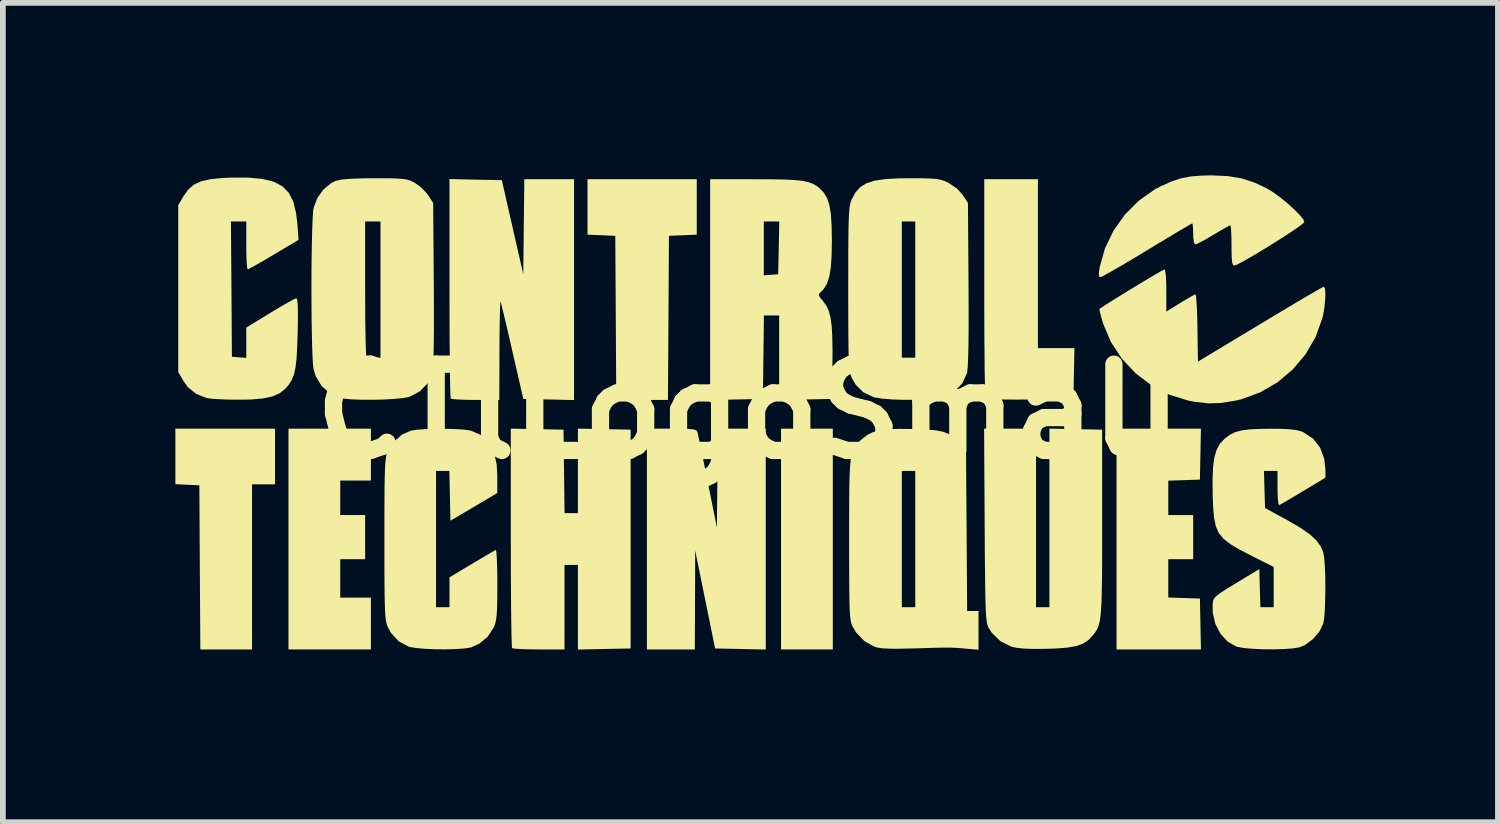
<source format=kicad_pcb>
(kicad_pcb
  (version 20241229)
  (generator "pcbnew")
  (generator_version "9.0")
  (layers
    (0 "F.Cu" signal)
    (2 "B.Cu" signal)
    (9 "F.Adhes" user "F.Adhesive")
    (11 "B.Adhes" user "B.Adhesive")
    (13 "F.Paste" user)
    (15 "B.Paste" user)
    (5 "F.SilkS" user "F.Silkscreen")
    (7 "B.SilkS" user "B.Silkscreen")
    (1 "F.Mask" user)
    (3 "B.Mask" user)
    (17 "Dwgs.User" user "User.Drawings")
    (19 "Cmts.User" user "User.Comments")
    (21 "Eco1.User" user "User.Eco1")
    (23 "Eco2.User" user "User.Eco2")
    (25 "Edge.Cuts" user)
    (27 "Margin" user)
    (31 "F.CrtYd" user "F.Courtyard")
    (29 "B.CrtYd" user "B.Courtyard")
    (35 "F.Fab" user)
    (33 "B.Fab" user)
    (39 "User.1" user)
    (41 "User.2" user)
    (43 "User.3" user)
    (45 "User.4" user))
  (footprint "CTlLogoSmall"
    (layer "F.Cu")
    (at 10 4.105)
    (property "Reference" "CTlLogoSmall" (at 0 0 0) (layer "F.SilkS") (effects (font (size 1.5 1.5) (thickness 0.3))))
    (attr board_only exclude_from_pos_files exclude_from_bom)
    (fp_poly (pts (xy 1.433 2.22) (xy 1.433 4.139) (xy 0.983 4.139) (xy 0.533 4.139) (xy 0.533 2.22) (xy 0.533 0.3) (xy 0.983 0.3) (xy 1.433 0.3)) (stroke (width 0) (type solid)) (fill yes) (layer "F.SilkS"))
    (fp_poly (pts (xy -8.267 0.784) (xy -8.267 1.268) (xy -8.467 1.268) (xy -8.667 1.268) (xy -8.667 2.704) (xy -8.667 4.139) (xy -9.116 4.139) (xy -9.566 4.139) (xy -9.575 2.712) (xy -9.583 1.285) (xy -9.792 1.275) (xy -10 1.265) (xy -10 0.783) (xy -10 0.3) (xy -9.133 0.3) (xy -8.267 0.3)) (stroke (width 0) (type solid)) (fill yes) (layer "F.SilkS"))
    (fp_poly (pts (xy -0.933 -3.556) (xy -0.933 -3.074) (xy -1.175 -3.064) (xy -1.417 -3.054) (xy -1.425 -1.627) (xy -1.434 -0.2) (xy -1.883 -0.2) (xy -2.333 -0.2) (xy -2.341 -1.627) (xy -2.35 -3.054) (xy -2.592 -3.064) (xy -2.833 -3.074) (xy -2.833 -3.556) (xy -2.833 -4.039) (xy -1.883 -4.039) (xy -0.933 -4.039)) (stroke (width 0) (type solid)) (fill yes) (layer "F.SilkS"))
    (fp_poly (pts (xy -6.6 0.751) (xy -6.6 1.202) (xy -6.867 1.202) (xy -7.133 1.202) (xy -7.133 1.502) (xy -7.133 1.802) (xy -6.917 1.802) (xy -6.7 1.802) (xy -6.7 2.186) (xy -6.7 2.57) (xy -6.917 2.57) (xy -7.133 2.57) (xy -7.133 2.904) (xy -7.133 3.238) (xy -6.867 3.238) (xy -6.6 3.238) (xy -6.6 3.688) (xy -6.6 4.139) (xy -7.317 4.139) (xy -8.033 4.139) (xy -8.033 2.22) (xy -8.033 0.3) (xy -7.317 0.3) (xy -6.6 0.3)) (stroke (width 0) (type solid)) (fill yes) (layer "F.SilkS"))
    (fp_poly (pts (xy 7.826 0.743) (xy 7.817 1.185) (xy 7.542 1.195) (xy 7.267 1.204) (xy 7.267 1.503) (xy 7.267 1.802) (xy 7.483 1.802) (xy 7.7 1.802) (xy 7.7 2.186) (xy 7.7 2.57) (xy 7.483 2.57) (xy 7.267 2.57) (xy 7.267 2.902) (xy 7.267 3.235) (xy 7.542 3.245) (xy 7.817 3.254) (xy 7.826 3.697) (xy 7.835 4.139) (xy 7.101 4.139) (xy 6.367 4.139) (xy 6.367 2.22) (xy 6.367 0.3) (xy 7.101 0.3) (xy 7.835 0.3)) (stroke (width 0) (type solid)) (fill yes) (layer "F.SilkS"))
    (fp_poly (pts (xy 5 -2.57) (xy 5 -1.101) (xy 5.318 -1.101) (xy 5.635 -1.101) (xy 5.626 -0.659) (xy 5.617 -0.217) (xy 4.864 -0.208) (xy 4.647 -0.206) (xy 4.452 -0.207) (xy 4.29 -0.209) (xy 4.169 -0.213) (xy 4.101 -0.219) (xy 4.089 -0.222) (xy 4.085 -0.259) (xy 4.081 -0.356) (xy 4.078 -0.508) (xy 4.074 -0.709) (xy 4.072 -0.952) (xy 4.069 -1.233) (xy 4.068 -1.543) (xy 4.067 -1.879) (xy 4.067 -2.142) (xy 4.067 -4.039) (xy 4.533 -4.039) (xy 5 -4.039)) (stroke (width 0) (type solid)) (fill yes) (layer "F.SilkS"))
    (fp_poly (pts (xy -1.19 0.301) (xy -1.068 0.305) (xy -0.99 0.313) (xy -0.946 0.326) (xy -0.926 0.347) (xy -0.921 0.359) (xy -0.91 0.407) (xy -0.888 0.511) (xy -0.857 0.66) (xy -0.819 0.846) (xy -0.776 1.059) (xy -0.744 1.218) (xy -0.583 2.019) (xy -0.574 1.16) (xy -0.566 0.3) (xy -0.149 0.3) (xy 0.267 0.3) (xy 0.267 2.221) (xy 0.267 4.141) (xy -0.174 4.131) (xy -0.614 4.122) (xy -0.787 3.271) (xy -0.96 2.42) (xy -0.963 3.279) (xy -0.967 4.139) (xy -1.383 4.139) (xy -1.8 4.139) (xy -1.8 2.22) (xy -1.8 0.3) (xy -1.369 0.3)) (stroke (width 0) (type solid)) (fill yes) (layer "F.SilkS"))
    (fp_poly (pts (xy -2.542 0.308) (xy -2.083 0.317) (xy -2.083 2.22) (xy -2.083 4.122) (xy -2.542 4.131) (xy -3 4.141) (xy -3 3.405) (xy -3 2.67) (xy -3.117 2.67) (xy -3.233 2.67) (xy -3.233 3.404) (xy -3.233 4.139) (xy -3.678 4.139) (xy -3.844 4.137) (xy -3.985 4.133) (xy -4.088 4.126) (xy -4.141 4.118) (xy -4.144 4.117) (xy -4.149 4.08) (xy -4.152 3.983) (xy -4.156 3.831) (xy -4.159 3.63) (xy -4.162 3.387) (xy -4.164 3.106) (xy -4.166 2.796) (xy -4.166 2.46) (xy -4.167 2.196) (xy -4.167 0.299) (xy -3.708 0.308) (xy -3.25 0.317) (xy -3.241 1.043) (xy -3.232 1.769) (xy -3.116 1.769) (xy -3 1.769) (xy -3 1.034) (xy -3 0.299)) (stroke (width 0) (type solid)) (fill yes) (layer "F.SilkS"))
    (fp_poly (pts (xy -4.778 -4.031) (xy -4.323 -4.022) (xy -4.137 -3.204) (xy -3.95 -2.386) (xy -3.941 -3.213) (xy -3.932 -4.039) (xy -3.499 -4.039) (xy -3.067 -4.039) (xy -3.067 -2.118) (xy -3.067 -0.198) (xy -3.508 -0.208) (xy -3.949 -0.217) (xy -4.139 -1.044) (xy -4.191 -1.271) (xy -4.239 -1.478) (xy -4.281 -1.655) (xy -4.314 -1.792) (xy -4.336 -1.881) (xy -4.345 -1.912) (xy -4.349 -1.891) (xy -4.354 -1.812) (xy -4.357 -1.682) (xy -4.36 -1.51) (xy -4.363 -1.304) (xy -4.364 -1.076) (xy -4.367 -0.2) (xy -4.778 -0.2) (xy -4.937 -0.202) (xy -5.071 -0.207) (xy -5.167 -0.214) (xy -5.211 -0.222) (xy -5.211 -0.223) (xy -5.215 -0.259) (xy -5.219 -0.356) (xy -5.223 -0.508) (xy -5.226 -0.709) (xy -5.228 -0.953) (xy -5.231 -1.233) (xy -5.232 -1.543) (xy -5.233 -1.879) (xy -5.233 -2.143) (xy -5.233 -4.041)) (stroke (width 0) (type solid)) (fill yes) (layer "F.SilkS"))
    (fp_poly (pts (xy 5.658 0.308) (xy 6.117 0.317) (xy 6.117 1.936) (xy 6.117 2.323) (xy 6.116 2.65) (xy 6.114 2.922) (xy 6.11 3.145) (xy 6.105 3.325) (xy 6.097 3.467) (xy 6.086 3.579) (xy 6.071 3.666) (xy 6.053 3.733) (xy 6.03 3.787) (xy 6.002 3.833) (xy 5.969 3.878) (xy 5.962 3.887) (xy 5.882 3.973) (xy 5.789 4.035) (xy 5.67 4.079) (xy 5.516 4.107) (xy 5.313 4.123) (xy 5.15 4.128) (xy 4.923 4.13) (xy 4.751 4.124) (xy 4.623 4.11) (xy 4.533 4.089) (xy 4.345 3.994) (xy 4.196 3.847) (xy 4.142 3.762) (xy 4.129 3.733) (xy 4.117 3.696) (xy 4.108 3.643) (xy 4.1 3.571) (xy 4.094 3.472) (xy 4.089 3.342) (xy 4.085 3.174) (xy 4.082 2.963) (xy 4.079 2.702) (xy 4.076 2.387) (xy 4.074 2.012) (xy 4.074 1.978) (xy 4.064 0.3) (xy 4.515 0.3) (xy 4.967 0.3) (xy 4.967 1.852) (xy 4.967 3.404) (xy 5.083 3.404) (xy 5.2 3.404) (xy 5.2 1.851) (xy 5.2 0.299)) (stroke (width 0) (type solid)) (fill yes) (layer "F.SilkS"))
    (fp_poly (pts (xy 0.075 -4.038) (xy 0.358 -4.037) (xy 0.584 -4.033) (xy 0.76 -4.025) (xy 0.895 -4.011) (xy 0.999 -3.99) (xy 1.08 -3.962) (xy 1.146 -3.925) (xy 1.197 -3.886) (xy 1.274 -3.808) (xy 1.332 -3.713) (xy 1.372 -3.593) (xy 1.399 -3.436) (xy 1.412 -3.233) (xy 1.417 -2.974) (xy 1.417 -2.971) (xy 1.412 -2.707) (xy 1.398 -2.5) (xy 1.371 -2.341) (xy 1.331 -2.22) (xy 1.275 -2.129) (xy 1.233 -2.086) (xy 1.195 -2.046) (xy 1.191 -2.012) (xy 1.226 -1.962) (xy 1.264 -1.917) (xy 1.32 -1.84) (xy 1.363 -1.748) (xy 1.393 -1.632) (xy 1.414 -1.481) (xy 1.424 -1.289) (xy 1.428 -1.045) (xy 1.426 -0.834) (xy 1.417 -0.217) (xy 0.958 -0.208) (xy 0.5 -0.198) (xy 0.5 -0.934) (xy 0.5 -1.669) (xy 0.367 -1.669) (xy 0.235 -1.669) (xy 0.226 -0.943) (xy 0.217 -0.217) (xy -0.242 -0.208) (xy -0.7 -0.198) (xy -0.7 -2.119) (xy -0.7 -3.304) (xy 0.233 -3.304) (xy 0.233 -2.835) (xy 0.233 -2.366) (xy 0.358 -2.376) (xy 0.483 -2.386) (xy 0.493 -2.845) (xy 0.502 -3.304) (xy 0.368 -3.304) (xy 0.233 -3.304) (xy -0.7 -3.304) (xy -0.7 -4.039)) (stroke (width 0) (type solid)) (fill yes) (layer "F.SilkS"))
    (fp_poly (pts (xy 7.215 -2.438) (xy 7.226 -2.347) (xy 7.232 -2.206) (xy 7.233 -2.103) (xy 7.233 -1.736) (xy 7.474 -1.886) (xy 7.587 -1.954) (xy 7.677 -2.006) (xy 7.732 -2.034) (xy 7.74 -2.036) (xy 7.749 -2.004) (xy 7.757 -1.917) (xy 7.765 -1.784) (xy 7.771 -1.616) (xy 7.774 -1.451) (xy 7.783 -0.867) (xy 8.864 -1.518) (xy 9.107 -1.664) (xy 9.333 -1.799) (xy 9.534 -1.919) (xy 9.705 -2.019) (xy 9.839 -2.097) (xy 9.93 -2.148) (xy 9.971 -2.169) (xy 9.972 -2.17) (xy 9.992 -2.139) (xy 9.999 -2.06) (xy 9.996 -1.946) (xy 9.983 -1.815) (xy 9.961 -1.683) (xy 9.947 -1.624) (xy 9.829 -1.294) (xy 9.655 -0.994) (xy 9.431 -0.729) (xy 9.166 -0.506) (xy 8.864 -0.331) (xy 8.535 -0.211) (xy 8.426 -0.186) (xy 8.183 -0.147) (xy 7.966 -0.14) (xy 7.741 -0.165) (xy 7.617 -0.188) (xy 7.285 -0.291) (xy 6.977 -0.452) (xy 6.7 -0.662) (xy 6.462 -0.915) (xy 6.271 -1.205) (xy 6.136 -1.522) (xy 6.128 -1.545) (xy 6.096 -1.658) (xy 6.075 -1.743) (xy 6.071 -1.782) (xy 6.071 -1.783) (xy 6.114 -1.813) (xy 6.2 -1.869) (xy 6.32 -1.944) (xy 6.462 -2.032) (xy 6.617 -2.127) (xy 6.772 -2.221) (xy 6.918 -2.309) (xy 7.044 -2.384) (xy 7.139 -2.438) (xy 7.193 -2.467) (xy 7.2 -2.47)) (stroke (width 0) (type solid)) (fill yes) (layer "F.SilkS"))
    (fp_poly (pts (xy -8.489 -4.044) (xy -8.29 -3.995) (xy -8.137 -3.914) (xy -8.025 -3.798) (xy -7.948 -3.643) (xy -7.9 -3.444) (xy -7.879 -3.266) (xy -7.858 -2.984) (xy -8.289 -2.727) (xy -8.441 -2.637) (xy -8.573 -2.561) (xy -8.673 -2.505) (xy -8.733 -2.474) (xy -8.744 -2.47) (xy -8.752 -2.501) (xy -8.76 -2.587) (xy -8.765 -2.713) (xy -8.767 -2.869) (xy -8.767 -2.887) (xy -8.767 -3.304) (xy -8.9 -3.304) (xy -9.034 -3.304) (xy -9.025 -2.128) (xy -9.017 -0.951) (xy -8.892 -0.941) (xy -8.767 -0.931) (xy -8.767 -1.194) (xy -8.767 -1.458) (xy -8.349 -1.714) (xy -8.199 -1.804) (xy -8.067 -1.88) (xy -7.966 -1.937) (xy -7.905 -1.966) (xy -7.895 -1.969) (xy -7.881 -1.944) (xy -7.873 -1.864) (xy -7.869 -1.727) (xy -7.87 -1.53) (xy -7.874 -1.36) (xy -7.882 -1.106) (xy -7.894 -0.907) (xy -7.913 -0.754) (xy -7.94 -0.636) (xy -7.978 -0.543) (xy -8.03 -0.462) (xy -8.092 -0.391) (xy -8.188 -0.315) (xy -8.314 -0.261) (xy -8.479 -0.225) (xy -8.693 -0.207) (xy -8.931 -0.204) (xy -9.101 -0.207) (xy -9.256 -0.213) (xy -9.377 -0.222) (xy -9.45 -0.231) (xy -9.45 -0.231) (xy -9.638 -0.304) (xy -9.782 -0.421) (xy -9.857 -0.526) (xy -9.95 -0.684) (xy -9.95 -2.136) (xy -9.95 -3.588) (xy -9.859 -3.743) (xy -9.778 -3.857) (xy -9.68 -3.942) (xy -9.555 -4.001) (xy -9.392 -4.039) (xy -9.179 -4.06) (xy -9.05 -4.066) (xy -8.741 -4.067)) (stroke (width 0) (type solid)) (fill yes) (layer "F.SilkS"))
    (fp_poly (pts (xy 2.831 0.306) (xy 3.057 0.314) (xy 3.228 0.329) (xy 3.357 0.355) (xy 3.456 0.396) (xy 3.536 0.458) (xy 3.611 0.544) (xy 3.65 0.597) (xy 3.75 0.74) (xy 3.76 2.106) (xy 3.769 3.471) (xy 3.868 3.471) (xy 3.967 3.471) (xy 3.967 3.808) (xy 3.967 4.144) (xy 3.742 4.125) (xy 3.652 4.117) (xy 3.577 4.112) (xy 3.503 4.108) (xy 3.42 4.107) (xy 3.315 4.108) (xy 3.177 4.111) (xy 2.993 4.117) (xy 2.8 4.122) (xy 2.578 4.127) (xy 2.411 4.126) (xy 2.289 4.119) (xy 2.2 4.105) (xy 2.155 4.091) (xy 1.983 3.995) (xy 1.841 3.847) (xy 1.777 3.742) (xy 1.762 3.708) (xy 1.75 3.666) (xy 1.74 3.61) (xy 1.732 3.534) (xy 1.726 3.431) (xy 1.722 3.294) (xy 1.72 3.117) (xy 1.718 2.895) (xy 1.717 2.619) (xy 1.717 2.284) (xy 1.717 2.22) (xy 1.717 1.859) (xy 1.718 1.559) (xy 1.72 1.313) (xy 1.725 1.114) (xy 1.729 1.035) (xy 2.633 1.035) (xy 2.633 2.22) (xy 2.633 3.404) (xy 2.75 3.404) (xy 2.867 3.404) (xy 2.867 2.22) (xy 2.867 1.035) (xy 2.75 1.035) (xy 2.633 1.035) (xy 1.729 1.035) (xy 1.733 0.957) (xy 1.745 0.834) (xy 1.762 0.74) (xy 1.785 0.668) (xy 1.815 0.611) (xy 1.852 0.563) (xy 1.897 0.519) (xy 1.948 0.474) (xy 2.034 0.408) (xy 2.13 0.36) (xy 2.246 0.328) (xy 2.394 0.31) (xy 2.586 0.303)) (stroke (width 0) (type solid)) (fill yes) (layer "F.SilkS"))
    (fp_poly (pts (xy 2.967 -4.055) (xy 3.114 -4.051) (xy 3.221 -4.044) (xy 3.3 -4.031) (xy 3.366 -4.011) (xy 3.432 -3.982) (xy 3.444 -3.976) (xy 3.597 -3.872) (xy 3.694 -3.762) (xy 3.783 -3.626) (xy 3.793 -2.214) (xy 3.795 -1.793) (xy 3.795 -1.438) (xy 3.792 -1.149) (xy 3.786 -0.926) (xy 3.779 -0.769) (xy 3.769 -0.678) (xy 3.767 -0.667) (xy 3.686 -0.491) (xy 3.555 -0.352) (xy 3.384 -0.259) (xy 3.357 -0.251) (xy 3.237 -0.227) (xy 3.07 -0.212) (xy 2.874 -0.203) (xy 2.668 -0.202) (xy 2.468 -0.208) (xy 2.294 -0.222) (xy 2.163 -0.243) (xy 2.138 -0.25) (xy 1.963 -0.334) (xy 1.832 -0.464) (xy 1.763 -0.584) (xy 1.748 -0.621) (xy 1.736 -0.664) (xy 1.726 -0.72) (xy 1.718 -0.795) (xy 1.712 -0.896) (xy 1.707 -1.029) (xy 1.705 -1.2) (xy 1.703 -1.417) (xy 1.702 -1.686) (xy 1.701 -2.012) (xy 1.701 -2.136) (xy 1.702 -2.484) (xy 1.702 -2.771) (xy 1.704 -3.004) (xy 1.706 -3.191) (xy 1.709 -3.304) (xy 2.633 -3.304) (xy 2.633 -2.119) (xy 2.633 -0.935) (xy 2.75 -0.935) (xy 2.867 -0.935) (xy 2.867 -2.119) (xy 2.867 -3.304) (xy 2.75 -3.304) (xy 2.633 -3.304) (xy 1.709 -3.304) (xy 1.71 -3.336) (xy 1.716 -3.447) (xy 1.723 -3.53) (xy 1.732 -3.592) (xy 1.744 -3.64) (xy 1.758 -3.678) (xy 1.763 -3.691) (xy 1.828 -3.809) (xy 1.908 -3.899) (xy 2.013 -3.966) (xy 2.151 -4.011) (xy 2.331 -4.039) (xy 2.561 -4.053) (xy 2.767 -4.055)) (stroke (width 0) (type solid)) (fill yes) (layer "F.SilkS"))
    (fp_poly (pts (xy 8.299 -4.093) (xy 8.541 -4.053) (xy 8.769 -3.979) (xy 8.976 -3.881) (xy 9.09 -3.812) (xy 9.216 -3.72) (xy 9.344 -3.616) (xy 9.461 -3.51) (xy 9.556 -3.414) (xy 9.617 -3.336) (xy 9.633 -3.294) (xy 9.606 -3.265) (xy 9.532 -3.209) (xy 9.42 -3.132) (xy 9.281 -3.041) (xy 9.125 -2.942) (xy 8.963 -2.841) (xy 8.804 -2.745) (xy 8.66 -2.661) (xy 8.54 -2.593) (xy 8.454 -2.55) (xy 8.414 -2.537) (xy 8.392 -2.549) (xy 8.378 -2.593) (xy 8.37 -2.68) (xy 8.367 -2.818) (xy 8.367 -2.887) (xy 8.365 -3.031) (xy 8.36 -3.146) (xy 8.353 -3.219) (xy 8.346 -3.238) (xy 8.311 -3.221) (xy 8.232 -3.178) (xy 8.123 -3.114) (xy 8.05 -3.071) (xy 7.928 -2.999) (xy 7.825 -2.943) (xy 7.756 -2.909) (xy 7.737 -2.904) (xy 7.714 -2.935) (xy 7.702 -3.022) (xy 7.7 -3.087) (xy 7.697 -3.188) (xy 7.691 -3.255) (xy 7.684 -3.271) (xy 7.653 -3.254) (xy 7.572 -3.207) (xy 7.449 -3.135) (xy 7.292 -3.041) (xy 7.108 -2.93) (xy 6.905 -2.807) (xy 6.9 -2.804) (xy 6.695 -2.68) (xy 6.507 -2.568) (xy 6.345 -2.474) (xy 6.215 -2.401) (xy 6.127 -2.353) (xy 6.087 -2.336) (xy 6.087 -2.336) (xy 6.063 -2.35) (xy 6.058 -2.399) (xy 6.072 -2.497) (xy 6.074 -2.509) (xy 6.166 -2.836) (xy 6.315 -3.145) (xy 6.515 -3.426) (xy 6.758 -3.668) (xy 7.035 -3.863) (xy 7.143 -3.919) (xy 7.324 -4) (xy 7.487 -4.054) (xy 7.653 -4.086) (xy 7.845 -4.101) (xy 8.018 -4.105)) (stroke (width 0) (type solid)) (fill yes) (layer "F.SilkS"))
    (fp_poly (pts (xy -6.326 -4.055) (xy -6.174 -4.052) (xy -6.064 -4.045) (xy -5.984 -4.034) (xy -5.922 -4.017) (xy -5.865 -3.992) (xy -5.842 -3.979) (xy -5.734 -3.902) (xy -5.634 -3.8) (xy -5.608 -3.765) (xy -5.517 -3.626) (xy -5.506 -2.205) (xy -5.504 -1.793) (xy -5.504 -1.446) (xy -5.507 -1.163) (xy -5.511 -0.942) (xy -5.518 -0.784) (xy -5.528 -0.686) (xy -5.533 -0.659) (xy -5.617 -0.485) (xy -5.751 -0.347) (xy -5.923 -0.257) (xy -5.943 -0.251) (xy -6.045 -0.232) (xy -6.196 -0.217) (xy -6.379 -0.207) (xy -6.575 -0.203) (xy -6.768 -0.204) (xy -6.939 -0.21) (xy -7.072 -0.223) (xy -7.117 -0.231) (xy -7.304 -0.309) (xy -7.454 -0.438) (xy -7.559 -0.611) (xy -7.597 -0.733) (xy -7.607 -0.816) (xy -7.615 -0.955) (xy -7.622 -1.142) (xy -7.627 -1.366) (xy -7.631 -1.619) (xy -7.633 -1.889) (xy -7.634 -2.169) (xy -7.633 -2.447) (xy -7.63 -2.714) (xy -7.626 -2.961) (xy -7.62 -3.178) (xy -7.615 -3.304) (xy -6.7 -3.304) (xy -6.7 -2.142) (xy -6.699 -1.869) (xy -6.698 -1.619) (xy -6.695 -1.397) (xy -6.691 -1.212) (xy -6.687 -1.072) (xy -6.682 -0.984) (xy -6.678 -0.957) (xy -6.632 -0.942) (xy -6.551 -0.935) (xy -6.544 -0.935) (xy -6.433 -0.935) (xy -6.433 -2.119) (xy -6.433 -3.304) (xy -6.567 -3.304) (xy -6.7 -3.304) (xy -7.615 -3.304) (xy -7.613 -3.355) (xy -7.604 -3.482) (xy -7.596 -3.54) (xy -7.531 -3.713) (xy -7.422 -3.864) (xy -7.284 -3.975) (xy -7.206 -4.012) (xy -7.106 -4.033) (xy -6.941 -4.047) (xy -6.71 -4.054) (xy -6.533 -4.055)) (stroke (width 0) (type solid)) (fill yes) (layer "F.SilkS"))
    (fp_poly (pts (xy -5.127 0.307) (xy -4.976 0.317) (xy -4.87 0.332) (xy -4.859 0.335) (xy -4.683 0.412) (xy -4.551 0.534) (xy -4.461 0.704) (xy -4.412 0.923) (xy -4.402 1.118) (xy -4.402 1.419) (xy -4.809 1.66) (xy -5.217 1.901) (xy -5.226 1.468) (xy -5.235 1.035) (xy -5.351 1.035) (xy -5.467 1.035) (xy -5.467 2.22) (xy -5.467 3.404) (xy -5.35 3.404) (xy -5.233 3.404) (xy -5.233 3.145) (xy -5.233 2.885) (xy -4.845 2.653) (xy -4.7 2.566) (xy -4.576 2.493) (xy -4.483 2.439) (xy -4.432 2.411) (xy -4.428 2.409) (xy -4.419 2.437) (xy -4.412 2.521) (xy -4.406 2.652) (xy -4.402 2.819) (xy -4.401 3.01) (xy -4.402 3.235) (xy -4.405 3.406) (xy -4.412 3.531) (xy -4.423 3.623) (xy -4.439 3.693) (xy -4.461 3.752) (xy -4.463 3.756) (xy -4.568 3.916) (xy -4.714 4.039) (xy -4.859 4.104) (xy -4.963 4.121) (xy -5.112 4.132) (xy -5.289 4.137) (xy -5.477 4.136) (xy -5.656 4.128) (xy -5.81 4.115) (xy -5.921 4.097) (xy -5.945 4.09) (xy -6.119 3.996) (xy -6.251 3.851) (xy -6.304 3.755) (xy -6.319 3.718) (xy -6.331 3.675) (xy -6.341 3.619) (xy -6.349 3.543) (xy -6.355 3.442) (xy -6.359 3.308) (xy -6.362 3.135) (xy -6.364 2.917) (xy -6.365 2.646) (xy -6.365 2.318) (xy -6.365 2.22) (xy -6.365 1.874) (xy -6.364 1.589) (xy -6.363 1.357) (xy -6.36 1.173) (xy -6.356 1.029) (xy -6.351 0.919) (xy -6.343 0.837) (xy -6.334 0.776) (xy -6.322 0.73) (xy -6.308 0.691) (xy -6.304 0.683) (xy -6.199 0.523) (xy -6.053 0.4) (xy -5.907 0.335) (xy -5.81 0.319) (xy -5.665 0.308) (xy -5.49 0.303) (xy -5.305 0.302)) (stroke (width 0) (type solid)) (fill yes) (layer "F.SilkS"))
    (fp_poly (pts (xy 9.245 0.303) (xy 9.388 0.311) (xy 9.493 0.324) (xy 9.574 0.345) (xy 9.618 0.363) (xy 9.786 0.474) (xy 9.908 0.631) (xy 9.98 0.827) (xy 10 1.019) (xy 10 1.153) (xy 9.611 1.386) (xy 9.467 1.472) (xy 9.342 1.546) (xy 9.249 1.6) (xy 9.199 1.628) (xy 9.195 1.63) (xy 9.182 1.604) (xy 9.173 1.526) (xy 9.167 1.409) (xy 9.167 1.338) (xy 9.167 1.035) (xy 9.049 1.035) (xy 8.931 1.035) (xy 8.94 1.357) (xy 8.95 1.68) (xy 9.332 1.888) (xy 9.556 2.018) (xy 9.724 2.134) (xy 9.843 2.243) (xy 9.922 2.353) (xy 9.964 2.458) (xy 9.979 2.552) (xy 9.99 2.695) (xy 9.997 2.872) (xy 9.999 3.066) (xy 9.996 3.261) (xy 9.99 3.439) (xy 9.979 3.586) (xy 9.964 3.683) (xy 9.963 3.687) (xy 9.895 3.828) (xy 9.783 3.959) (xy 9.647 4.06) (xy 9.549 4.102) (xy 9.441 4.12) (xy 9.287 4.132) (xy 9.107 4.137) (xy 8.916 4.136) (xy 8.735 4.128) (xy 8.579 4.114) (xy 8.468 4.094) (xy 8.45 4.089) (xy 8.298 4.002) (xy 8.174 3.865) (xy 8.085 3.693) (xy 8.04 3.498) (xy 8.039 3.34) (xy 8.047 3.292) (xy 8.066 3.25) (xy 8.107 3.207) (xy 8.177 3.154) (xy 8.286 3.083) (xy 8.443 2.988) (xy 8.45 2.983) (xy 8.85 2.742) (xy 8.859 3.073) (xy 8.869 3.404) (xy 8.984 3.404) (xy 9.1 3.404) (xy 9.1 3.054) (xy 9.1 2.704) (xy 8.739 2.523) (xy 8.518 2.409) (xy 8.351 2.311) (xy 8.23 2.217) (xy 8.146 2.116) (xy 8.093 1.995) (xy 8.062 1.843) (xy 8.046 1.648) (xy 8.039 1.447) (xy 8.037 1.177) (xy 8.046 0.964) (xy 8.069 0.797) (xy 8.108 0.667) (xy 8.164 0.564) (xy 8.241 0.48) (xy 8.249 0.473) (xy 8.334 0.408) (xy 8.428 0.361) (xy 8.543 0.33) (xy 8.691 0.311) (xy 8.885 0.303) (xy 9.05 0.301)) (stroke (width 0) (type solid)) (fill yes) (layer "F.SilkS")))
  (gr_rect
    (start -3 -3)
    (end 23 11.249)
    (stroke (width 0.1) (type default))
    (fill no)
    (layer "Edge.Cuts")))
</source>
